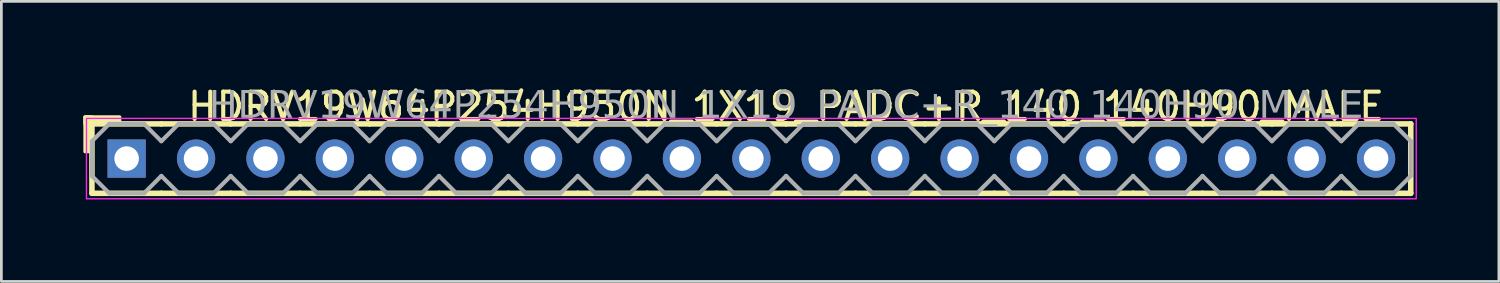
<source format=kicad_pcb>
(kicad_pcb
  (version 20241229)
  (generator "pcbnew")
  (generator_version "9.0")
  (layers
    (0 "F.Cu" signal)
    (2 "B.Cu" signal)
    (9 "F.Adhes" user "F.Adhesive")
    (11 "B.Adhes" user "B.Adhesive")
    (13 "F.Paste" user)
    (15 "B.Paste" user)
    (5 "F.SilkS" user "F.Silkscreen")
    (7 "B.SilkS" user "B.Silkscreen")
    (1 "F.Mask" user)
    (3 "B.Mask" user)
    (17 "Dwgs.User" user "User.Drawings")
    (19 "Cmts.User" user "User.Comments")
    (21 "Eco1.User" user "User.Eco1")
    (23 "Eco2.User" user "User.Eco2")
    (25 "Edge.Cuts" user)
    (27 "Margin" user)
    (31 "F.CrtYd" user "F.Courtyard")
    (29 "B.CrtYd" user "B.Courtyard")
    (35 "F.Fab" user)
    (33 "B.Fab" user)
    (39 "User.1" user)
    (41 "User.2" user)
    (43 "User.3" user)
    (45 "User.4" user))
  (footprint "HDRV19W64P254H950N_1X19_PADC+R_140_140H90_MALE"
    (layer "F.Cu")
    (at 24.444 2.753)
    (property "Reference" "HDRV19W64P254H950N_1X19_PADC+R_140_140H90_MALE" (at 1.27 -1.905 0) (layer "F.SilkS") (effects (font (size 1 1) (thickness 0.15))))
    (attr through_hole)
    (fp_line (start -24.13 1.27) (end -24.13 -1.27) (stroke (width 0.203) (type solid)) (layer "F.SilkS"))
    (fp_line (start -21.59 -1.27) (end -24.13 -1.27) (stroke (width 0.203) (type solid)) (layer "F.SilkS"))
    (fp_line (start -21.59 1.27) (end -24.13 1.27) (stroke (width 0.203) (type solid)) (layer "F.SilkS"))
    (fp_line (start -19.05 -1.27) (end -21.59 -1.27) (stroke (width 0.203) (type solid)) (layer "F.SilkS"))
    (fp_line (start -19.05 1.27) (end -21.59 1.27) (stroke (width 0.203) (type solid)) (layer "F.SilkS"))
    (fp_line (start -16.51 -1.27) (end -19.05 -1.27) (stroke (width 0.203) (type solid)) (layer "F.SilkS"))
    (fp_line (start -16.51 1.27) (end -19.05 1.27) (stroke (width 0.203) (type solid)) (layer "F.SilkS"))
    (fp_line (start -13.97 -1.27) (end -16.51 -1.27) (stroke (width 0.203) (type solid)) (layer "F.SilkS"))
    (fp_line (start -13.97 1.27) (end -16.51 1.27) (stroke (width 0.203) (type solid)) (layer "F.SilkS"))
    (fp_line (start -11.43 -1.27) (end -13.97 -1.27) (stroke (width 0.203) (type solid)) (layer "F.SilkS"))
    (fp_line (start -11.43 1.27) (end -13.97 1.27) (stroke (width 0.203) (type solid)) (layer "F.SilkS"))
    (fp_line (start -8.89 -1.27) (end -11.43 -1.27) (stroke (width 0.203) (type solid)) (layer "F.SilkS"))
    (fp_line (start -8.89 1.27) (end -11.43 1.27) (stroke (width 0.203) (type solid)) (layer "F.SilkS"))
    (fp_line (start -6.35 -1.27) (end -8.89 -1.27) (stroke (width 0.203) (type solid)) (layer "F.SilkS"))
    (fp_line (start -6.35 1.27) (end -8.89 1.27) (stroke (width 0.203) (type solid)) (layer "F.SilkS"))
    (fp_line (start -3.81 -1.27) (end -6.35 -1.27) (stroke (width 0.203) (type solid)) (layer "F.SilkS"))
    (fp_line (start -3.81 1.27) (end -6.35 1.27) (stroke (width 0.203) (type solid)) (layer "F.SilkS"))
    (fp_line (start -1.27 -1.27) (end -3.81 -1.27) (stroke (width 0.203) (type solid)) (layer "F.SilkS"))
    (fp_line (start -1.27 1.27) (end -3.81 1.27) (stroke (width 0.203) (type solid)) (layer "F.SilkS"))
    (fp_line (start 1.27 -1.27) (end -1.27 -1.27) (stroke (width 0.203) (type solid)) (layer "F.SilkS"))
    (fp_line (start 1.27 1.27) (end -1.27 1.27) (stroke (width 0.203) (type solid)) (layer "F.SilkS"))
    (fp_line (start 3.81 -1.27) (end 1.27 -1.27) (stroke (width 0.203) (type solid)) (layer "F.SilkS"))
    (fp_line (start 3.81 1.27) (end 1.27 1.27) (stroke (width 0.203) (type solid)) (layer "F.SilkS"))
    (fp_line (start 6.35 -1.27) (end 3.81 -1.27) (stroke (width 0.203) (type solid)) (layer "F.SilkS"))
    (fp_line (start 6.35 1.27) (end 3.81 1.27) (stroke (width 0.203) (type solid)) (layer "F.SilkS"))
    (fp_line (start 8.89 -1.27) (end 6.35 -1.27) (stroke (width 0.203) (type solid)) (layer "F.SilkS"))
    (fp_line (start 8.89 1.27) (end 6.35 1.27) (stroke (width 0.203) (type solid)) (layer "F.SilkS"))
    (fp_line (start 11.43 -1.27) (end 8.89 -1.27) (stroke (width 0.203) (type solid)) (layer "F.SilkS"))
    (fp_line (start 11.43 1.27) (end 8.89 1.27) (stroke (width 0.203) (type solid)) (layer "F.SilkS"))
    (fp_line (start 13.97 -1.27) (end 11.43 -1.27) (stroke (width 0.203) (type solid)) (layer "F.SilkS"))
    (fp_line (start 13.97 1.27) (end 11.43 1.27) (stroke (width 0.203) (type solid)) (layer "F.SilkS"))
    (fp_line (start 16.51 -1.27) (end 13.97 -1.27) (stroke (width 0.203) (type solid)) (layer "F.SilkS"))
    (fp_line (start 16.51 1.27) (end 13.97 1.27) (stroke (width 0.203) (type solid)) (layer "F.SilkS"))
    (fp_line (start 19.05 -1.27) (end 16.51 -1.27) (stroke (width 0.203) (type solid)) (layer "F.SilkS"))
    (fp_line (start 19.05 1.27) (end 16.51 1.27) (stroke (width 0.203) (type solid)) (layer "F.SilkS"))
    (fp_line (start 21.59 -1.27) (end 19.05 -1.27) (stroke (width 0.203) (type solid)) (layer "F.SilkS"))
    (fp_line (start 21.59 1.27) (end 19.05 1.27) (stroke (width 0.203) (type solid)) (layer "F.SilkS"))
    (fp_line (start 24.13 -1.27) (end 21.59 -1.27) (stroke (width 0.203) (type solid)) (layer "F.SilkS"))
    (fp_line (start 24.13 1.27) (end 21.59 1.27) (stroke (width 0.203) (type solid)) (layer "F.SilkS"))
    (fp_line (start 24.13 1.27) (end 24.13 -1.27) (stroke (width 0.203) (type solid)) (layer "F.SilkS"))
    (fp_rect (start -24.384 -0.254) (end -24.13 -1.524) (stroke (width 0.12) (type solid)) (fill yes) (layer "F.SilkS"))
    (fp_rect (start -23.114 -1.27) (end -24.384 -1.524) (stroke (width 0.12) (type solid)) (fill yes) (layer "F.SilkS"))
    (fp_rect (start -24.33 -1.47) (end 24.33 1.47) (stroke (width 0.05) (type default)) (fill no) (layer "F.CrtYd"))
    (fp_line (start -24.13 -0.635) (end -24.13 0.635) (stroke (width 0.152) (type solid)) (layer "F.Fab"))
    (fp_line (start -24.13 -0.635) (end -23.495 -1.27) (stroke (width 0.152) (type solid)) (layer "F.Fab"))
    (fp_line (start -23.495 -1.27) (end -22.225 -1.27) (stroke (width 0.152) (type solid)) (layer "F.Fab"))
    (fp_line (start -23.495 1.27) (end -24.13 0.635) (stroke (width 0.152) (type solid)) (layer "F.Fab"))
    (fp_line (start -22.225 -1.27) (end -21.59 -0.635) (stroke (width 0.152) (type solid)) (layer "F.Fab"))
    (fp_line (start -22.225 1.27) (end -23.495 1.27) (stroke (width 0.152) (type solid)) (layer "F.Fab"))
    (fp_line (start -21.59 -0.635) (end -20.955 -1.27) (stroke (width 0.152) (type solid)) (layer "F.Fab"))
    (fp_line (start -21.59 0.635) (end -22.225 1.27) (stroke (width 0.152) (type solid)) (layer "F.Fab"))
    (fp_line (start -20.955 -1.27) (end -19.685 -1.27) (stroke (width 0.152) (type solid)) (layer "F.Fab"))
    (fp_line (start -20.955 1.27) (end -21.59 0.635) (stroke (width 0.152) (type solid)) (layer "F.Fab"))
    (fp_line (start -19.685 -1.27) (end -19.05 -0.635) (stroke (width 0.152) (type solid)) (layer "F.Fab"))
    (fp_line (start -19.685 1.27) (end -20.955 1.27) (stroke (width 0.152) (type solid)) (layer "F.Fab"))
    (fp_line (start -19.05 -0.635) (end -18.415 -1.27) (stroke (width 0.152) (type solid)) (layer "F.Fab"))
    (fp_line (start -19.05 0.635) (end -19.685 1.27) (stroke (width 0.152) (type solid)) (layer "F.Fab"))
    (fp_line (start -18.415 -1.27) (end -17.145 -1.27) (stroke (width 0.152) (type solid)) (layer "F.Fab"))
    (fp_line (start -18.415 1.27) (end -19.05 0.635) (stroke (width 0.152) (type solid)) (layer "F.Fab"))
    (fp_line (start -17.145 -1.27) (end -16.51 -0.635) (stroke (width 0.152) (type solid)) (layer "F.Fab"))
    (fp_line (start -17.145 1.27) (end -18.415 1.27) (stroke (width 0.152) (type solid)) (layer "F.Fab"))
    (fp_line (start -16.51 -0.635) (end -15.875 -1.27) (stroke (width 0.152) (type solid)) (layer "F.Fab"))
    (fp_line (start -16.51 0.635) (end -17.145 1.27) (stroke (width 0.152) (type solid)) (layer "F.Fab"))
    (fp_line (start -15.875 -1.27) (end -14.605 -1.27) (stroke (width 0.152) (type solid)) (layer "F.Fab"))
    (fp_line (start -15.875 1.27) (end -16.51 0.635) (stroke (width 0.152) (type solid)) (layer "F.Fab"))
    (fp_line (start -14.605 -1.27) (end -13.97 -0.635) (stroke (width 0.152) (type solid)) (layer "F.Fab"))
    (fp_line (start -14.605 1.27) (end -15.875 1.27) (stroke (width 0.152) (type solid)) (layer "F.Fab"))
    (fp_line (start -13.97 -0.635) (end -13.335 -1.27) (stroke (width 0.152) (type solid)) (layer "F.Fab"))
    (fp_line (start -13.97 0.635) (end -14.605 1.27) (stroke (width 0.152) (type solid)) (layer "F.Fab"))
    (fp_line (start -13.335 -1.27) (end -12.065 -1.27) (stroke (width 0.152) (type solid)) (layer "F.Fab"))
    (fp_line (start -13.335 1.27) (end -13.97 0.635) (stroke (width 0.152) (type solid)) (layer "F.Fab"))
    (fp_line (start -12.065 -1.27) (end -11.43 -0.635) (stroke (width 0.152) (type solid)) (layer "F.Fab"))
    (fp_line (start -12.065 1.27) (end -13.335 1.27) (stroke (width 0.152) (type solid)) (layer "F.Fab"))
    (fp_line (start -11.43 -0.635) (end -10.795 -1.27) (stroke (width 0.152) (type solid)) (layer "F.Fab"))
    (fp_line (start -11.43 0.635) (end -12.065 1.27) (stroke (width 0.152) (type solid)) (layer "F.Fab"))
    (fp_line (start -10.795 -1.27) (end -9.525 -1.27) (stroke (width 0.152) (type solid)) (layer "F.Fab"))
    (fp_line (start -10.795 1.27) (end -11.43 0.635) (stroke (width 0.152) (type solid)) (layer "F.Fab"))
    (fp_line (start -9.525 -1.27) (end -8.89 -0.635) (stroke (width 0.152) (type solid)) (layer "F.Fab"))
    (fp_line (start -9.525 1.27) (end -10.795 1.27) (stroke (width 0.152) (type solid)) (layer "F.Fab"))
    (fp_line (start -8.89 -0.635) (end -8.255 -1.27) (stroke (width 0.152) (type solid)) (layer "F.Fab"))
    (fp_line (start -8.89 0.635) (end -9.525 1.27) (stroke (width 0.152) (type solid)) (layer "F.Fab"))
    (fp_line (start -8.255 -1.27) (end -6.985 -1.27) (stroke (width 0.152) (type solid)) (layer "F.Fab"))
    (fp_line (start -8.255 1.27) (end -8.89 0.635) (stroke (width 0.152) (type solid)) (layer "F.Fab"))
    (fp_line (start -6.985 -1.27) (end -6.35 -0.635) (stroke (width 0.152) (type solid)) (layer "F.Fab"))
    (fp_line (start -6.985 1.27) (end -8.255 1.27) (stroke (width 0.152) (type solid)) (layer "F.Fab"))
    (fp_line (start -6.35 -0.635) (end -5.715 -1.27) (stroke (width 0.152) (type solid)) (layer "F.Fab"))
    (fp_line (start -6.35 0.635) (end -6.985 1.27) (stroke (width 0.152) (type solid)) (layer "F.Fab"))
    (fp_line (start -5.715 -1.27) (end -4.445 -1.27) (stroke (width 0.152) (type solid)) (layer "F.Fab"))
    (fp_line (start -5.715 1.27) (end -6.35 0.635) (stroke (width 0.152) (type solid)) (layer "F.Fab"))
    (fp_line (start -4.445 -1.27) (end -3.81 -0.635) (stroke (width 0.152) (type solid)) (layer "F.Fab"))
    (fp_line (start -4.445 1.27) (end -5.715 1.27) (stroke (width 0.152) (type solid)) (layer "F.Fab"))
    (fp_line (start -3.81 -0.635) (end -3.175 -1.27) (stroke (width 0.152) (type solid)) (layer "F.Fab"))
    (fp_line (start -3.81 0.635) (end -4.445 1.27) (stroke (width 0.152) (type solid)) (layer "F.Fab"))
    (fp_line (start -3.175 -1.27) (end -1.905 -1.27) (stroke (width 0.152) (type solid)) (layer "F.Fab"))
    (fp_line (start -3.175 1.27) (end -3.81 0.635) (stroke (width 0.152) (type solid)) (layer "F.Fab"))
    (fp_line (start -1.905 -1.27) (end -1.27 -0.635) (stroke (width 0.152) (type solid)) (layer "F.Fab"))
    (fp_line (start -1.905 1.27) (end -3.175 1.27) (stroke (width 0.152) (type solid)) (layer "F.Fab"))
    (fp_line (start -1.27 -0.635) (end -0.635 -1.27) (stroke (width 0.152) (type solid)) (layer "F.Fab"))
    (fp_line (start -1.27 0.635) (end -1.905 1.27) (stroke (width 0.152) (type solid)) (layer "F.Fab"))
    (fp_line (start -0.635 -1.27) (end 0.635 -1.27) (stroke (width 0.152) (type solid)) (layer "F.Fab"))
    (fp_line (start -0.635 1.27) (end -1.27 0.635) (stroke (width 0.152) (type solid)) (layer "F.Fab"))
    (fp_line (start 0.635 -1.27) (end 1.27 -0.635) (stroke (width 0.152) (type solid)) (layer "F.Fab"))
    (fp_line (start 0.635 1.27) (end -0.635 1.27) (stroke (width 0.152) (type solid)) (layer "F.Fab"))
    (fp_line (start 1.27 -0.635) (end 1.905 -1.27) (stroke (width 0.152) (type solid)) (layer "F.Fab"))
    (fp_line (start 1.27 0.635) (end 0.635 1.27) (stroke (width 0.152) (type solid)) (layer "F.Fab"))
    (fp_line (start 1.905 -1.27) (end 3.175 -1.27) (stroke (width 0.152) (type solid)) (layer "F.Fab"))
    (fp_line (start 1.905 1.27) (end 1.27 0.635) (stroke (width 0.152) (type solid)) (layer "F.Fab"))
    (fp_line (start 3.175 -1.27) (end 3.81 -0.635) (stroke (width 0.152) (type solid)) (layer "F.Fab"))
    (fp_line (start 3.175 1.27) (end 1.905 1.27) (stroke (width 0.152) (type solid)) (layer "F.Fab"))
    (fp_line (start 3.81 -0.635) (end 4.445 -1.27) (stroke (width 0.152) (type solid)) (layer "F.Fab"))
    (fp_line (start 3.81 0.635) (end 3.175 1.27) (stroke (width 0.152) (type solid)) (layer "F.Fab"))
    (fp_line (start 4.445 -1.27) (end 5.715 -1.27) (stroke (width 0.152) (type solid)) (layer "F.Fab"))
    (fp_line (start 4.445 1.27) (end 3.81 0.635) (stroke (width 0.152) (type solid)) (layer "F.Fab"))
    (fp_line (start 5.715 -1.27) (end 6.35 -0.635) (stroke (width 0.152) (type solid)) (layer "F.Fab"))
    (fp_line (start 5.715 1.27) (end 4.445 1.27) (stroke (width 0.152) (type solid)) (layer "F.Fab"))
    (fp_line (start 6.35 -0.635) (end 6.985 -1.27) (stroke (width 0.152) (type solid)) (layer "F.Fab"))
    (fp_line (start 6.35 0.635) (end 5.715 1.27) (stroke (width 0.152) (type solid)) (layer "F.Fab"))
    (fp_line (start 6.985 -1.27) (end 8.255 -1.27) (stroke (width 0.152) (type solid)) (layer "F.Fab"))
    (fp_line (start 6.985 1.27) (end 6.35 0.635) (stroke (width 0.152) (type solid)) (layer "F.Fab"))
    (fp_line (start 8.255 -1.27) (end 8.89 -0.635) (stroke (width 0.152) (type solid)) (layer "F.Fab"))
    (fp_line (start 8.255 1.27) (end 6.985 1.27) (stroke (width 0.152) (type solid)) (layer "F.Fab"))
    (fp_line (start 8.89 -0.635) (end 9.525 -1.27) (stroke (width 0.152) (type solid)) (layer "F.Fab"))
    (fp_line (start 8.89 0.635) (end 8.255 1.27) (stroke (width 0.152) (type solid)) (layer "F.Fab"))
    (fp_line (start 9.525 -1.27) (end 10.795 -1.27) (stroke (width 0.152) (type solid)) (layer "F.Fab"))
    (fp_line (start 9.525 1.27) (end 8.89 0.635) (stroke (width 0.152) (type solid)) (layer "F.Fab"))
    (fp_line (start 10.795 -1.27) (end 11.43 -0.635) (stroke (width 0.152) (type solid)) (layer "F.Fab"))
    (fp_line (start 10.795 1.27) (end 9.525 1.27) (stroke (width 0.152) (type solid)) (layer "F.Fab"))
    (fp_line (start 11.43 -0.635) (end 12.065 -1.27) (stroke (width 0.152) (type solid)) (layer "F.Fab"))
    (fp_line (start 11.43 0.635) (end 10.795 1.27) (stroke (width 0.152) (type solid)) (layer "F.Fab"))
    (fp_line (start 12.065 -1.27) (end 13.335 -1.27) (stroke (width 0.152) (type solid)) (layer "F.Fab"))
    (fp_line (start 12.065 1.27) (end 11.43 0.635) (stroke (width 0.152) (type solid)) (layer "F.Fab"))
    (fp_line (start 13.335 -1.27) (end 13.97 -0.635) (stroke (width 0.152) (type solid)) (layer "F.Fab"))
    (fp_line (start 13.335 1.27) (end 12.065 1.27) (stroke (width 0.152) (type solid)) (layer "F.Fab"))
    (fp_line (start 13.97 -0.635) (end 14.605 -1.27) (stroke (width 0.152) (type solid)) (layer "F.Fab"))
    (fp_line (start 13.97 0.635) (end 13.335 1.27) (stroke (width 0.152) (type solid)) (layer "F.Fab"))
    (fp_line (start 14.605 -1.27) (end 15.875 -1.27) (stroke (width 0.152) (type solid)) (layer "F.Fab"))
    (fp_line (start 14.605 1.27) (end 13.97 0.635) (stroke (width 0.152) (type solid)) (layer "F.Fab"))
    (fp_line (start 15.875 -1.27) (end 16.51 -0.635) (stroke (width 0.152) (type solid)) (layer "F.Fab"))
    (fp_line (start 15.875 1.27) (end 14.605 1.27) (stroke (width 0.152) (type solid)) (layer "F.Fab"))
    (fp_line (start 16.51 -0.635) (end 17.145 -1.27) (stroke (width 0.152) (type solid)) (layer "F.Fab"))
    (fp_line (start 16.51 0.635) (end 15.875 1.27) (stroke (width 0.152) (type solid)) (layer "F.Fab"))
    (fp_line (start 17.145 -1.27) (end 18.415 -1.27) (stroke (width 0.152) (type solid)) (layer "F.Fab"))
    (fp_line (start 17.145 1.27) (end 16.51 0.635) (stroke (width 0.152) (type solid)) (layer "F.Fab"))
    (fp_line (start 18.415 -1.27) (end 19.05 -0.635) (stroke (width 0.152) (type solid)) (layer "F.Fab"))
    (fp_line (start 18.415 1.27) (end 17.145 1.27) (stroke (width 0.152) (type solid)) (layer "F.Fab"))
    (fp_line (start 19.05 -0.635) (end 19.685 -1.27) (stroke (width 0.152) (type solid)) (layer "F.Fab"))
    (fp_line (start 19.05 0.635) (end 18.415 1.27) (stroke (width 0.152) (type solid)) (layer "F.Fab"))
    (fp_line (start 19.685 -1.27) (end 20.955 -1.27) (stroke (width 0.152) (type solid)) (layer "F.Fab"))
    (fp_line (start 19.685 1.27) (end 19.05 0.635) (stroke (width 0.152) (type solid)) (layer "F.Fab"))
    (fp_line (start 20.955 -1.27) (end 21.59 -0.635) (stroke (width 0.152) (type solid)) (layer "F.Fab"))
    (fp_line (start 20.955 1.27) (end 19.685 1.27) (stroke (width 0.152) (type solid)) (layer "F.Fab"))
    (fp_line (start 21.59 -0.635) (end 22.225 -1.27) (stroke (width 0.152) (type solid)) (layer "F.Fab"))
    (fp_line (start 21.59 0.635) (end 20.955 1.27) (stroke (width 0.152) (type solid)) (layer "F.Fab"))
    (fp_line (start 22.225 -1.27) (end 23.495 -1.27) (stroke (width 0.152) (type solid)) (layer "F.Fab"))
    (fp_line (start 22.225 1.27) (end 21.59 0.635) (stroke (width 0.152) (type solid)) (layer "F.Fab"))
    (fp_line (start 23.495 -1.27) (end 24.13 -0.635) (stroke (width 0.152) (type solid)) (layer "F.Fab"))
    (fp_line (start 23.495 1.27) (end 22.225 1.27) (stroke (width 0.152) (type solid)) (layer "F.Fab"))
    (fp_line (start 24.13 -0.635) (end 24.13 0.635) (stroke (width 0.152) (type solid)) (layer "F.Fab"))
    (fp_line (start 24.13 0.635) (end 23.495 1.27) (stroke (width 0.152) (type solid)) (layer "F.Fab"))
    (fp_rect (start -22.606 -0.254) (end -23.114 0.254) (stroke (width 0.152) (type solid)) (fill no) (layer "F.Fab"))
    (fp_rect (start -20.066 -0.254) (end -20.574 0.254) (stroke (width 0.152) (type solid)) (fill no) (layer "F.Fab"))
    (fp_rect (start -17.526 -0.254) (end -18.034 0.254) (stroke (width 0.152) (type solid)) (fill no) (layer "F.Fab"))
    (fp_rect (start -14.986 -0.254) (end -15.494 0.254) (stroke (width 0.152) (type solid)) (fill no) (layer "F.Fab"))
    (fp_rect (start -12.446 -0.254) (end -12.954 0.254) (stroke (width 0.152) (type solid)) (fill no) (layer "F.Fab"))
    (fp_rect (start -9.906 -0.254) (end -10.414 0.254) (stroke (width 0.152) (type solid)) (fill no) (layer "F.Fab"))
    (fp_rect (start -7.366 -0.254) (end -7.874 0.254) (stroke (width 0.152) (type solid)) (fill no) (layer "F.Fab"))
    (fp_rect (start -4.826 -0.254) (end -5.334 0.254) (stroke (width 0.152) (type solid)) (fill no) (layer "F.Fab"))
    (fp_rect (start -2.286 -0.254) (end -2.794 0.254) (stroke (width 0.152) (type solid)) (fill no) (layer "F.Fab"))
    (fp_rect (start 0.254 -0.254) (end -0.254 0.254) (stroke (width 0.152) (type solid)) (fill no) (layer "F.Fab"))
    (fp_rect (start 2.794 -0.254) (end 2.286 0.254) (stroke (width 0.152) (type solid)) (fill no) (layer "F.Fab"))
    (fp_rect (start 5.334 -0.254) (end 4.826 0.254) (stroke (width 0.152) (type solid)) (fill no) (layer "F.Fab"))
    (fp_rect (start 7.874 -0.254) (end 7.366 0.254) (stroke (width 0.152) (type solid)) (fill no) (layer "F.Fab"))
    (fp_rect (start 10.414 -0.254) (end 9.906 0.254) (stroke (width 0.152) (type solid)) (fill no) (layer "F.Fab"))
    (fp_rect (start 12.954 -0.254) (end 12.446 0.254) (stroke (width 0.152) (type solid)) (fill no) (layer "F.Fab"))
    (fp_rect (start 15.494 -0.254) (end 14.986 0.254) (stroke (width 0.152) (type solid)) (fill no) (layer "F.Fab"))
    (fp_rect (start 18.034 -0.254) (end 17.526 0.254) (stroke (width 0.152) (type solid)) (fill no) (layer "F.Fab"))
    (fp_rect (start 20.574 -0.254) (end 20.066 0.254) (stroke (width 0.152) (type solid)) (fill no) (layer "F.Fab"))
    (fp_rect (start 23.114 -0.254) (end 22.606 0.254) (stroke (width 0.152) (type solid)) (fill no) (layer "F.Fab"))
    (fp_text user "${REFERENCE}" (at 1.27 -1.905 0) (layer "F.Fab") (effects (font (face "Tahoma") (size 1 1) (thickness 0.15))))
    (pad "1" thru_hole rect (at -22.86 0) (size 1.4 1.4) (drill 0.9) (layers "*.Cu" "*.Mask"))
    (pad "2" thru_hole circle (at -20.32 0) (size 1.4 1.4) (drill 0.9) (layers "*.Cu" "*.Mask"))
    (pad "3" thru_hole circle (at -17.78 0) (size 1.4 1.4) (drill 0.9) (layers "*.Cu" "*.Mask"))
    (pad "4" thru_hole circle (at -15.24 0) (size 1.4 1.4) (drill 0.9) (layers "*.Cu" "*.Mask"))
    (pad "5" thru_hole circle (at -12.7 0) (size 1.4 1.4) (drill 0.9) (layers "*.Cu" "*.Mask"))
    (pad "6" thru_hole circle (at -10.16 0) (size 1.4 1.4) (drill 0.9) (layers "*.Cu" "*.Mask"))
    (pad "7" thru_hole circle (at -7.62 0) (size 1.4 1.4) (drill 0.9) (layers "*.Cu" "*.Mask"))
    (pad "8" thru_hole circle (at -5.08 0) (size 1.4 1.4) (drill 0.9) (layers "*.Cu" "*.Mask"))
    (pad "9" thru_hole circle (at -2.54 0) (size 1.4 1.4) (drill 0.9) (layers "*.Cu" "*.Mask"))
    (pad "10" thru_hole circle (at 0 0) (size 1.4 1.4) (drill 0.9) (layers "*.Cu" "*.Mask"))
    (pad "11" thru_hole circle (at 2.54 0) (size 1.4 1.4) (drill 0.9) (layers "*.Cu" "*.Mask"))
    (pad "12" thru_hole circle (at 5.08 0) (size 1.4 1.4) (drill 0.9) (layers "*.Cu" "*.Mask"))
    (pad "13" thru_hole circle (at 7.62 0) (size 1.4 1.4) (drill 0.9) (layers "*.Cu" "*.Mask"))
    (pad "14" thru_hole circle (at 10.16 0) (size 1.4 1.4) (drill 0.9) (layers "*.Cu" "*.Mask"))
    (pad "15" thru_hole circle (at 12.7 0) (size 1.4 1.4) (drill 0.9) (layers "*.Cu" "*.Mask"))
    (pad "16" thru_hole circle (at 15.24 0) (size 1.4 1.4) (drill 0.9) (layers "*.Cu" "*.Mask"))
    (pad "17" thru_hole circle (at 17.78 0) (size 1.4 1.4) (drill 0.9) (layers "*.Cu" "*.Mask"))
    (pad "18" thru_hole circle (at 20.32 0) (size 1.4 1.4) (drill 0.9) (layers "*.Cu" "*.Mask"))
    (pad "19" thru_hole circle (at 22.86 0) (size 1.4 1.4) (drill 0.9) (layers "*.Cu" "*.Mask")))
  (gr_rect
    (start -3 -3)
    (end 51.799 7.248)
    (stroke (width 0.1) (type default))
    (fill no)
    (layer "Edge.Cuts")))
</source>
